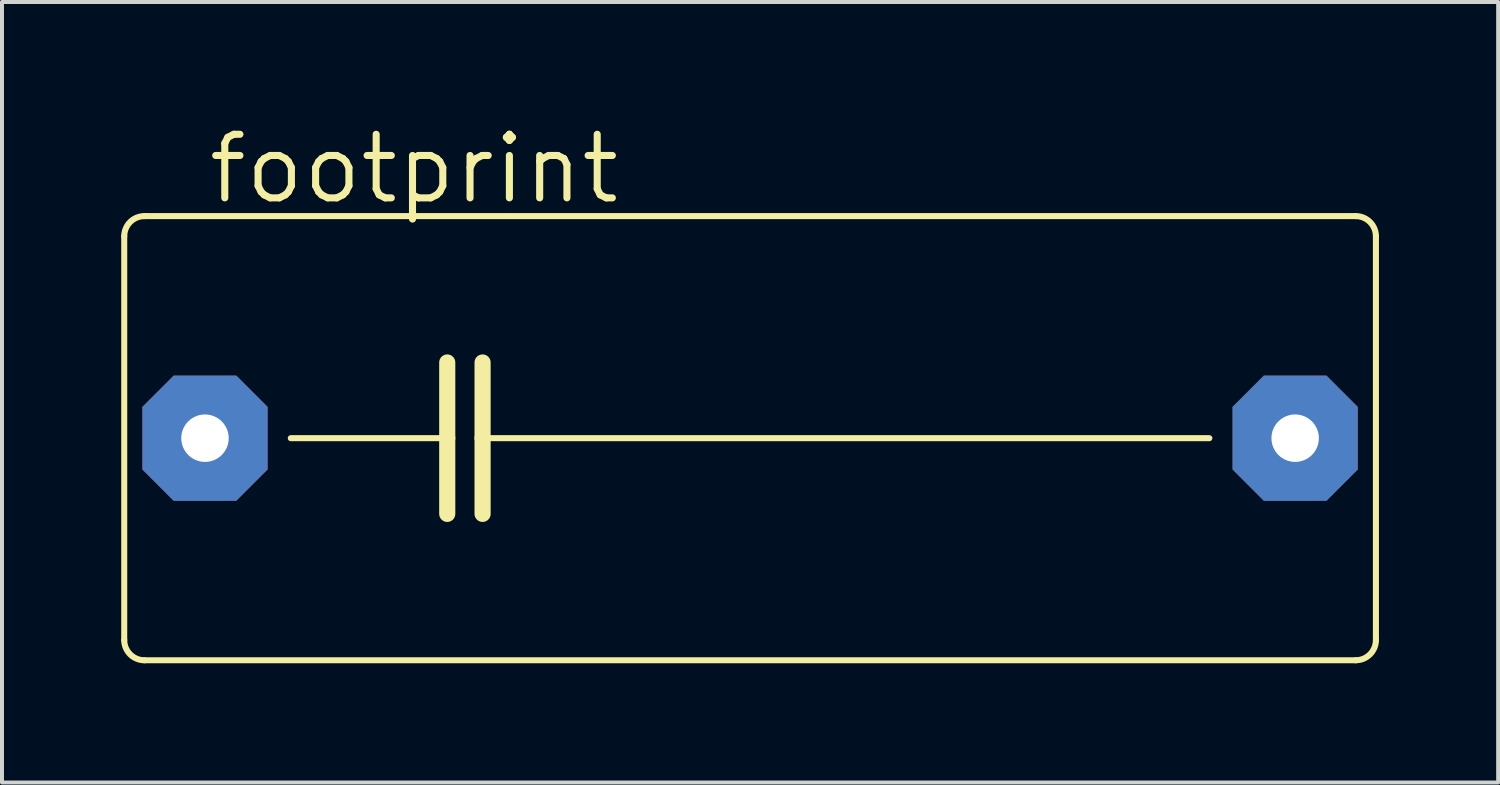
<source format=kicad_pcb>
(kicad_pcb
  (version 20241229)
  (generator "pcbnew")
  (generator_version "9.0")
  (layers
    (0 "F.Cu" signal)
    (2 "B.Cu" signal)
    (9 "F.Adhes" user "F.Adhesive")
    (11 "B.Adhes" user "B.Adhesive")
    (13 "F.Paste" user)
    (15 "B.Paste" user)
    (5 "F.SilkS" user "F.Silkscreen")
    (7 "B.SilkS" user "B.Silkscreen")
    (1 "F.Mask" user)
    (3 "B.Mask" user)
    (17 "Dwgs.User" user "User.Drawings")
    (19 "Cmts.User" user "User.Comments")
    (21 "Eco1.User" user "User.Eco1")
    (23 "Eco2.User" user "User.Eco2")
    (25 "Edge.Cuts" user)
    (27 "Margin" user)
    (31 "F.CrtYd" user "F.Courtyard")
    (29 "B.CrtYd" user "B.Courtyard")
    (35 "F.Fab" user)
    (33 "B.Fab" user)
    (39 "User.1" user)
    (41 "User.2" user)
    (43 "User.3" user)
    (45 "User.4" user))
  (footprint "footprint"
    (layer "F.Cu")
    (at 15.824 7.976)
    (property "Reference" "footprint" (at -13.716 -5.842 0) (layer "F.SilkS") (effects (font (size 1.6 1.6) (thickness 0.178)) (justify left bottom)))
    (fp_line (start -15.748 5.08) (end -15.748 -5.08) (stroke (width 0.152) (type solid)) (layer "F.SilkS"))
    (fp_line (start -15.24 -5.588) (end 15.24 -5.588) (stroke (width 0.152) (type solid)) (layer "F.SilkS"))
    (fp_line (start -11.557 0) (end -7.62 0) (stroke (width 0.152) (type solid)) (layer "F.SilkS"))
    (fp_line (start -7.62 -1.905) (end -7.62 0) (stroke (width 0.406) (type solid)) (layer "F.SilkS"))
    (fp_line (start -7.62 0) (end -7.62 1.905) (stroke (width 0.406) (type solid)) (layer "F.SilkS"))
    (fp_line (start -6.731 -1.905) (end -6.731 0) (stroke (width 0.406) (type solid)) (layer "F.SilkS"))
    (fp_line (start -6.731 0) (end -6.731 1.905) (stroke (width 0.406) (type solid)) (layer "F.SilkS"))
    (fp_line (start -6.731 0) (end 11.557 0) (stroke (width 0.152) (type solid)) (layer "F.SilkS"))
    (fp_line (start 15.24 5.588) (end -15.24 5.588) (stroke (width 0.152) (type solid)) (layer "F.SilkS"))
    (fp_line (start 15.748 -5.08) (end 15.748 5.08) (stroke (width 0.152) (type solid)) (layer "F.SilkS"))
    (fp_arc (start -15.748 -5.08) (mid -15.59921 -5.43921) (end -15.24 -5.588) (stroke (width 0.1524) (type solid)) (layer "F.SilkS"))
    (fp_arc (start -15.24 5.588) (mid -15.59921 5.43921) (end -15.748 5.08) (stroke (width 0.1524) (type solid)) (layer "F.SilkS"))
    (fp_arc (start 15.24 -5.588) (mid 15.59921 -5.43921) (end 15.748 -5.08) (stroke (width 0.1524) (type solid)) (layer "F.SilkS"))
    (fp_arc (start 15.748 5.08) (mid 15.59921 5.43921) (end 15.24 5.588) (stroke (width 0.1524) (type solid)) (layer "F.SilkS"))
    (pad "1" thru_hole roundrect (at -13.716 0) (size 3.15 3.15) (drill 1.194) (layers "*.Cu" "*.Mask") (roundrect_rratio 0.25) (chamfer_ratio 0.25) (chamfer top_left top_right bottom_left bottom_right))
    (pad "2" thru_hole roundrect (at 13.716 0) (size 3.15 3.15) (drill 1.194) (layers "*.Cu" "*.Mask") (roundrect_rratio 0.25) (chamfer_ratio 0.25) (chamfer top_left top_right bottom_left bottom_right)))
  (gr_rect
    (start -3 -3)
    (end 34.648 16.64)
    (stroke (width 0.1) (type default))
    (fill no)
    (layer "Edge.Cuts")))
</source>
